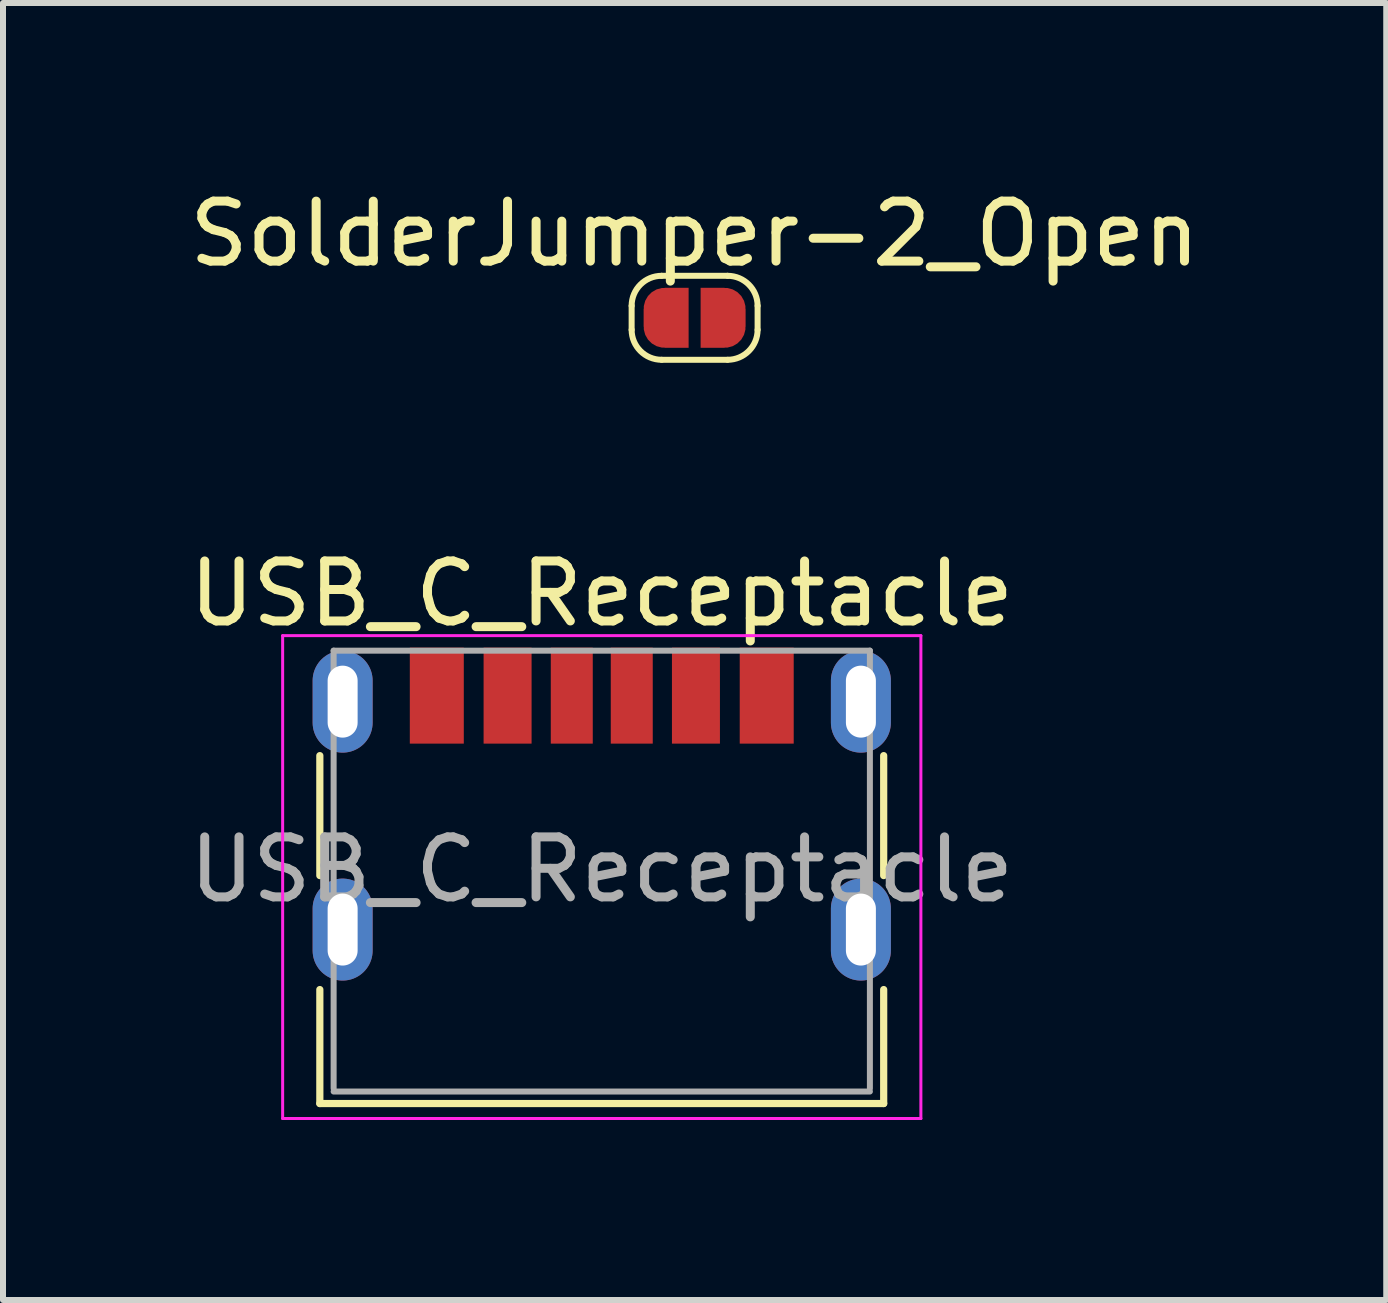
<source format=kicad_pcb>
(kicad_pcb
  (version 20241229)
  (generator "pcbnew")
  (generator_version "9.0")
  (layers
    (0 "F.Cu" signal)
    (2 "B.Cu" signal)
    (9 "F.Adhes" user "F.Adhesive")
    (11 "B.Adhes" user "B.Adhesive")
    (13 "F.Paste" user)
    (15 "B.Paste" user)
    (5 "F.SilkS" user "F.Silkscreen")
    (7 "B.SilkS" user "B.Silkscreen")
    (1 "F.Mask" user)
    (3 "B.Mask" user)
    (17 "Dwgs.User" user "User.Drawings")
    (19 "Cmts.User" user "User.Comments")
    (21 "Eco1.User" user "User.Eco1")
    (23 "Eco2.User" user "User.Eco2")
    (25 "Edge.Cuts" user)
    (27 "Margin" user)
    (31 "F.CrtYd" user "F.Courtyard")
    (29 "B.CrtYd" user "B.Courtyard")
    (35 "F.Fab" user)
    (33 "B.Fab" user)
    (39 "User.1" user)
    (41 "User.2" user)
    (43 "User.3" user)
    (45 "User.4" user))
  (footprint "SolderJumper-2_Open"
    (layer "F.Cu")
    (at 8.53 2.248)
    (property "Reference" "SolderJumper-2_Open" (at 0 -1.4 0) (layer "F.SilkS") (effects (font (size 1 1) (thickness 0.15))))
    (attr exclude_from_pos_files exclude_from_bom)
    (fp_line (start -1.05 0.2) (end -1.05 -0.2) (stroke (width 0.1) (type default)) (layer "F.SilkS"))
    (fp_line (start -0.55 -0.7) (end 0.55 -0.7) (stroke (width 0.1) (type default)) (layer "F.SilkS"))
    (fp_line (start 0.55 0.7) (end -0.55 0.7) (stroke (width 0.1) (type default)) (layer "F.SilkS"))
    (fp_line (start 1.05 -0.2) (end 1.05 0.2) (stroke (width 0.1) (type default)) (layer "F.SilkS"))
    (fp_arc (start -1.05 -0.2) (mid -0.903553 -0.553553) (end -0.55 -0.7) (stroke (width 0.1) (type default)) (layer "F.SilkS"))
    (fp_arc (start -0.55 0.7) (mid -0.903553 0.553553) (end -1.05 0.2) (stroke (width 0.1) (type default)) (layer "F.SilkS"))
    (fp_arc (start 0.55 -0.7) (mid 0.903553 -0.553553) (end 1.05 -0.2) (stroke (width 0.1) (type default)) (layer "F.SilkS"))
    (fp_arc (start 1.05 0.2) (mid 0.903553 0.553553) (end 0.55 0.7) (stroke (width 0.1) (type default)) (layer "F.SilkS"))
    (pad "1" smd custom (at -0.6 0) (size 0.5 0.3) (layers "F.Cu" "F.Mask") (options (anchor rect)) (primitives (gr_circle (center 0.1 0.15) (end 0.45 0.15) (width 0) (fill yes)) (gr_circle (center 0.1 -0.15) (end 0.45 -0.15) (width 0) (fill yes)) (gr_poly (pts (xy 0.5 0.5) (xy 0.1 0.5) (xy 0.1 -0.5) (xy 0.5 -0.5)) (width 0) (fill yes))))
    (pad "2" smd custom (at 0.6 0) (size 0.5 0.3) (layers "F.Cu" "F.Mask") (options (anchor rect)) (primitives (gr_circle (center -0.1 0.15) (end 0.25 0.15) (width 0) (fill yes)) (gr_circle (center -0.1 -0.15) (end 0.25 -0.15) (width 0) (fill yes)) (gr_poly (pts (xy -0.1 0.5) (xy -0.5 0.5) (xy -0.5 -0.5) (xy -0.1 -0.5)) (width 0) (fill yes)))))
  (footprint "USB_C_Receptacle"
    (layer "F.Cu")
    (at 6.982 11.447)
    (property "Reference" "USB_C_Receptacle" (at 0 -4.6 0) (layer "F.SilkS") (effects (font (size 1 1) (thickness 0.15))))
    (attr smd)
    (fp_line (start -4.7 -1.9) (end -4.7 0.1) (stroke (width 0.12) (type solid)) (layer "F.SilkS"))
    (fp_line (start -4.7 2) (end -4.7 3.9) (stroke (width 0.12) (type solid)) (layer "F.SilkS"))
    (fp_line (start -4.7 3.9) (end 4.7 3.9) (stroke (width 0.12) (type solid)) (layer "F.SilkS"))
    (fp_line (start 4.7 -1.9) (end 4.7 0.1) (stroke (width 0.12) (type solid)) (layer "F.SilkS"))
    (fp_line (start 4.7 2) (end 4.7 3.9) (stroke (width 0.12) (type solid)) (layer "F.SilkS"))
    (fp_line (start -5.32 -3.9) (end -5.32 4.15) (stroke (width 0.05) (type solid)) (layer "F.CrtYd"))
    (fp_line (start -5.32 -3.9) (end 5.32 -3.9) (stroke (width 0.05) (type solid)) (layer "F.CrtYd"))
    (fp_line (start -5.32 4.15) (end 5.32 4.15) (stroke (width 0.05) (type solid)) (layer "F.CrtYd"))
    (fp_line (start 5.32 -3.9) (end 5.32 4.15) (stroke (width 0.05) (type solid)) (layer "F.CrtYd"))
    (fp_line (start -4.47 -3.65) (end -4.47 3.65) (stroke (width 0.1) (type solid)) (layer "F.Fab"))
    (fp_line (start -4.47 -3.65) (end 4.47 -3.65) (stroke (width 0.1) (type solid)) (layer "F.Fab"))
    (fp_line (start -4.47 3.7) (end 4.47 3.7) (stroke (width 0.1) (type solid)) (layer "F.Fab"))
    (fp_line (start 4.47 -3.65) (end 4.47 3.65) (stroke (width 0.1) (type solid)) (layer "F.Fab"))
    (fp_text user "${REFERENCE}" (at 0 0 0) (layer "F.Fab") (effects (font (size 1 1) (thickness 0.15))))
    (pad "A5" smd rect (at -0.5 -2.9) (size 0.7 1.6) (layers "F.Cu" "F.Mask" "F.Paste"))
    (pad "A9" smd rect (at 1.57 -2.9) (size 0.8 1.6) (layers "F.Cu" "F.Mask" "F.Paste"))
    (pad "A12" smd rect (at 2.75 -2.9) (size 0.9 1.6) (layers "F.Cu" "F.Mask" "F.Paste"))
    (pad "B5" smd rect (at 0.5 -2.9) (size 0.7 1.6) (layers "F.Cu" "F.Mask" "F.Paste"))
    (pad "B9" smd rect (at -1.57 -2.9) (size 0.8 1.6) (layers "F.Cu" "F.Mask" "F.Paste"))
    (pad "B12" smd rect (at -2.75 -2.9) (size 0.9 1.6) (layers "F.Cu" "F.Mask" "F.Paste"))
    (pad "S1" thru_hole oval (at -4.32 -2.8) (size 1 1.7) (drill oval 0.5 1.2) (layers "*.Cu" "*.Mask"))
    (pad "S2" thru_hole oval (at 4.32 -2.8) (size 1 1.7) (drill oval 0.5 1.2) (layers "*.Cu" "*.Mask"))
    (pad "S3" thru_hole oval (at 4.32 1) (size 1 1.7) (drill oval 0.5 1.2) (layers "*.Cu" "*.Mask"))
    (pad "S4" thru_hole oval (at -4.32 1) (size 1 1.7) (drill oval 0.5 1.2) (layers "*.Cu" "*.Mask")))
  (gr_rect
    (start -3 -3)
    (end 20.06 18.622)
    (stroke (width 0.1) (type default))
    (fill no)
    (layer "Edge.Cuts")))
</source>
